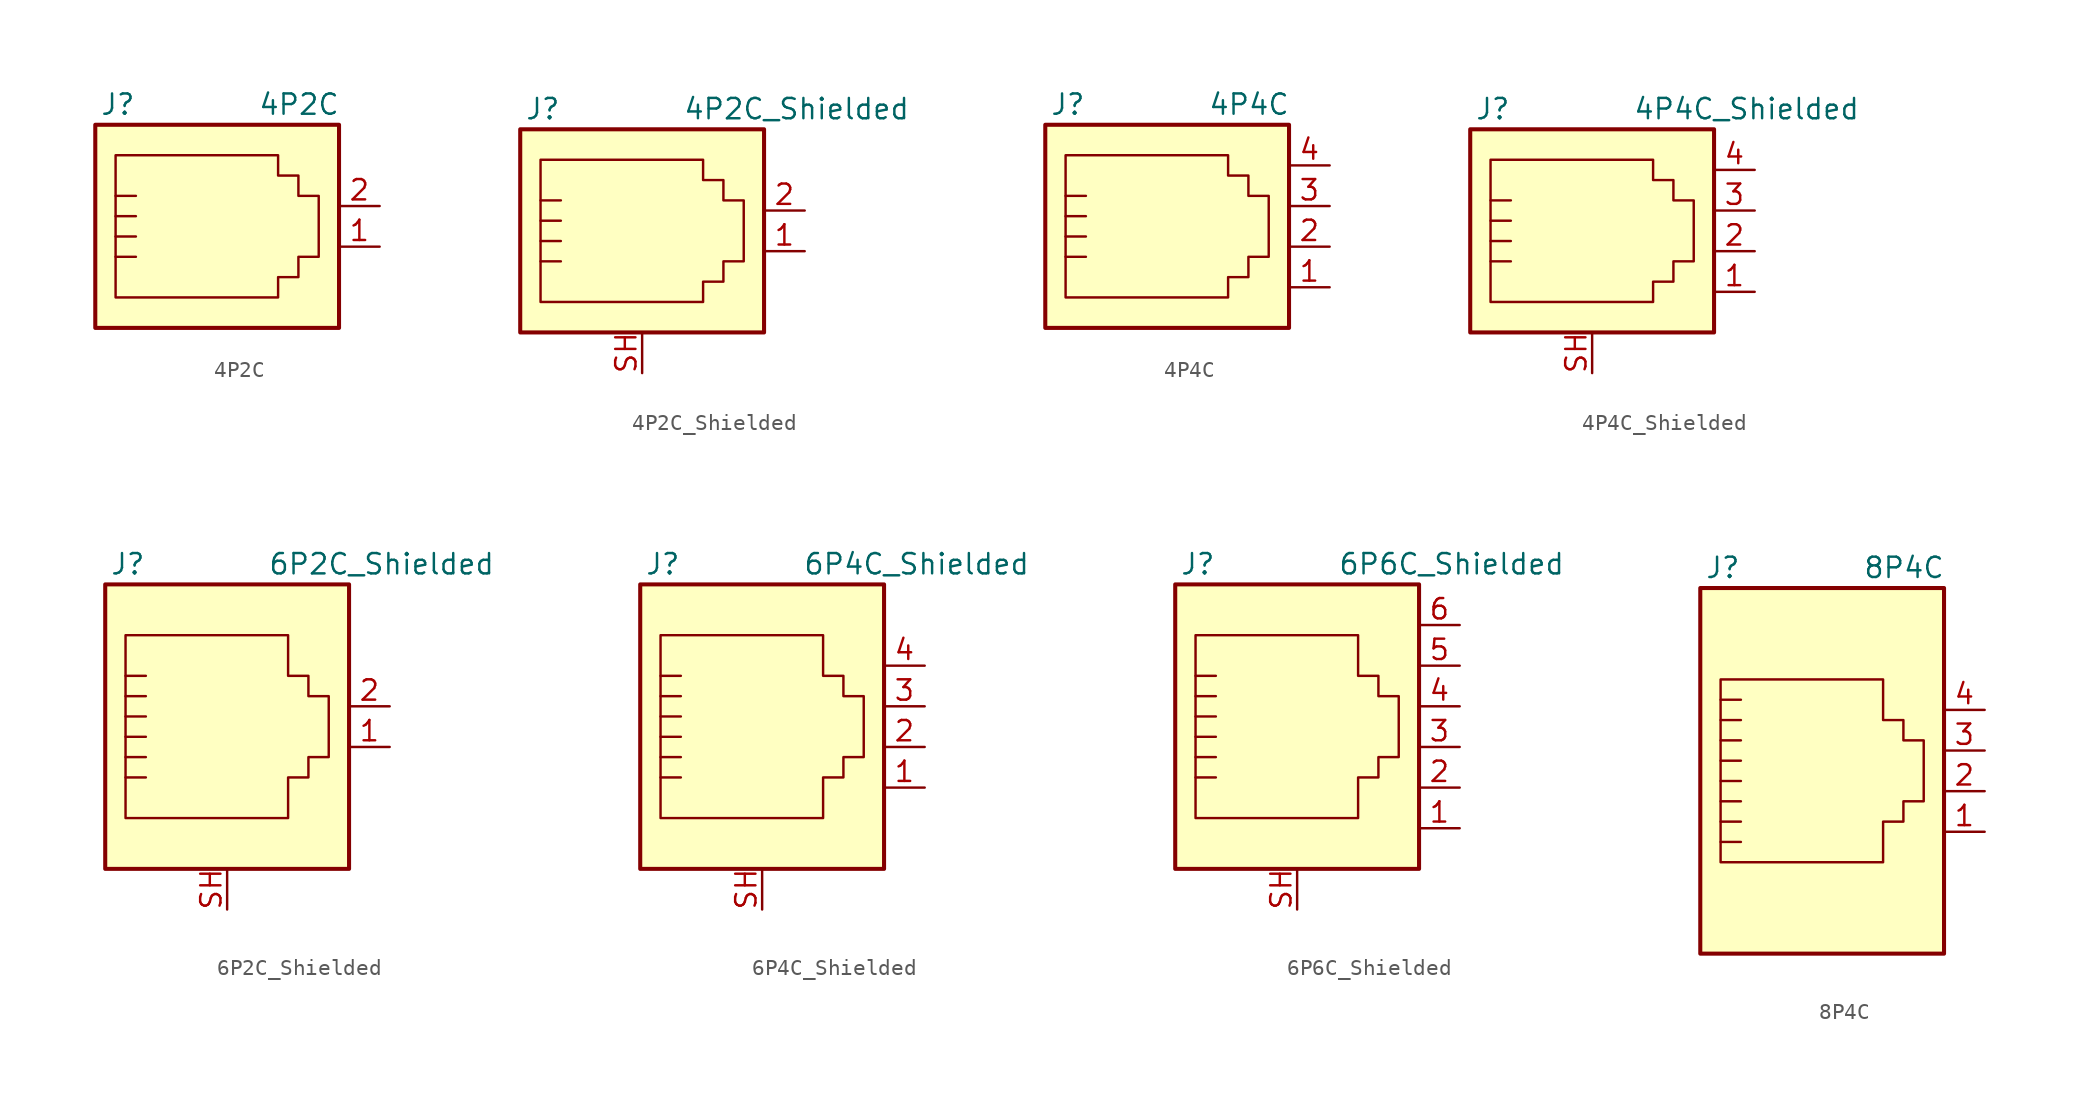
<source format=kicad_sym>
(kicad_symbol_lib
  (version 20220914)
  (generator kicad_symbol_editor)
  (symbol "4P2C"
    (pin_names
      (offset 1.016))
    (property "Reference" "J"
      (at -5.08 8.89 0)
      (effects (font (size 1.27 1.27)) (justify right)))
    (property "Value" "4P2C"
      (at 2.54 8.89 0)
      (effects (font (size 1.27 1.27)) (justify left)))
    (symbol "4P2C_0_1"
      (polyline (pts (xy -6.35 -0.635) (xy -5.08 -0.635) (xy -5.08 -0.635)) (stroke (width 0) (type default)) (fill (type none)))
      (polyline (pts (xy -6.35 0.635) (xy -5.08 0.635) (xy -5.08 0.635)) (stroke (width 0) (type default)) (fill (type none)))
      (polyline (pts (xy -6.35 1.905) (xy -5.08 1.905) (xy -5.08 1.905)) (stroke (width 0) (type default)) (fill (type none)))
      (polyline (pts (xy -6.35 3.175) (xy -5.08 3.175) (xy -5.08 3.175)) (stroke (width 0) (type default)) (fill (type none)))
      (polyline (pts (xy -6.35 -3.175) (xy -6.35 5.715) (xy -1.27 5.715) (xy 3.81 5.715) (xy 3.81 4.445) (xy 5.08 4.445) (xy 5.08 3.175) (xy 6.35 3.175) (xy 6.35 -0.635) (xy 5.08 -0.635) (xy 5.08 -1.905) (xy 3.81 -1.905) (xy 3.81 -3.175) (xy -6.35 -3.175) (xy -6.35 -3.175)) (stroke (width 0) (type default)) (fill (type none)))
      (rectangle (start 7.62 7.62) (end -7.62 -5.08) (stroke (width 0.254) (type default)) (fill (type background))))
    (symbol "4P2C_1_1"
      (pin passive line (at 10.16 0 180) (length 2.54) (name "~" (effects (font (size 1.27 1.27)))) (number "1" (effects (font (size 1.27 1.27)))))
      (pin passive line (at 10.16 2.54 180) (length 2.54) (name "~" (effects (font (size 1.27 1.27)))) (number "2" (effects (font (size 1.27 1.27)))))))
  (symbol "4P2C_Shielded"
    (pin_names
      (offset 1.016))
    (property "Reference" "J"
      (at -5.08 8.89 0)
      (effects (font (size 1.27 1.27)) (justify right)))
    (property "Value" "4P2C_Shielded"
      (at 2.54 8.89 0)
      (effects (font (size 1.27 1.27)) (justify left)))
    (symbol "4P2C_Shielded_0_1"
      (polyline (pts (xy -6.35 -0.635) (xy -5.08 -0.635) (xy -5.08 -0.635)) (stroke (width 0) (type default)) (fill (type none)))
      (polyline (pts (xy -6.35 0.635) (xy -5.08 0.635) (xy -5.08 0.635)) (stroke (width 0) (type default)) (fill (type none)))
      (polyline (pts (xy -6.35 1.905) (xy -5.08 1.905) (xy -5.08 1.905)) (stroke (width 0) (type default)) (fill (type none)))
      (polyline (pts (xy -6.35 3.175) (xy -5.08 3.175) (xy -5.08 3.175)) (stroke (width 0) (type default)) (fill (type none)))
      (polyline (pts (xy -6.35 -3.175) (xy -6.35 5.715) (xy -1.27 5.715) (xy 3.81 5.715) (xy 3.81 4.445) (xy 5.08 4.445) (xy 5.08 3.175) (xy 6.35 3.175) (xy 6.35 -0.635) (xy 5.08 -0.635) (xy 5.08 -1.905) (xy 3.81 -1.905) (xy 3.81 -3.175) (xy -6.35 -3.175) (xy -6.35 -3.175)) (stroke (width 0) (type default)) (fill (type none)))
      (rectangle (start 7.62 7.62) (end -7.62 -5.08) (stroke (width 0.254) (type default)) (fill (type background))))
    (symbol "4P2C_Shielded_1_1"
      (pin passive line (at 10.16 0 180) (length 2.54) (name "~" (effects (font (size 1.27 1.27)))) (number "1" (effects (font (size 1.27 1.27)))))
      (pin passive line (at 10.16 2.54 180) (length 2.54) (name "~" (effects (font (size 1.27 1.27)))) (number "2" (effects (font (size 1.27 1.27)))))
      (pin passive line (at 0 -7.62 90) (length 2.54) (name "~" (effects (font (size 1.27 1.27)))) (number "SH" (effects (font (size 1.27 1.27)))))))
  (symbol "4P4C"
    (pin_names
      (offset 1.016))
    (property "Reference" "J"
      (at -5.08 8.89 0)
      (effects (font (size 1.27 1.27)) (justify right)))
    (property "Value" "4P4C"
      (at 2.54 8.89 0)
      (effects (font (size 1.27 1.27)) (justify left)))
    (symbol "4P4C_0_1"
      (polyline (pts (xy -6.35 -0.635) (xy -5.08 -0.635) (xy -5.08 -0.635)) (stroke (width 0) (type default)) (fill (type none)))
      (polyline (pts (xy -6.35 0.635) (xy -5.08 0.635) (xy -5.08 0.635)) (stroke (width 0) (type default)) (fill (type none)))
      (polyline (pts (xy -6.35 1.905) (xy -5.08 1.905) (xy -5.08 1.905)) (stroke (width 0) (type default)) (fill (type none)))
      (polyline (pts (xy -6.35 3.175) (xy -5.08 3.175) (xy -5.08 3.175)) (stroke (width 0) (type default)) (fill (type none)))
      (polyline (pts (xy -6.35 -3.175) (xy -6.35 5.715) (xy -1.27 5.715) (xy 3.81 5.715) (xy 3.81 4.445) (xy 5.08 4.445) (xy 5.08 3.175) (xy 6.35 3.175) (xy 6.35 -0.635) (xy 5.08 -0.635) (xy 5.08 -1.905) (xy 3.81 -1.905) (xy 3.81 -3.175) (xy -6.35 -3.175) (xy -6.35 -3.175)) (stroke (width 0) (type default)) (fill (type none)))
      (rectangle (start 7.62 7.62) (end -7.62 -5.08) (stroke (width 0.254) (type default)) (fill (type background))))
    (symbol "4P4C_1_1"
      (pin passive line (at 10.16 -2.54 180) (length 2.54) (name "~" (effects (font (size 1.27 1.27)))) (number "1" (effects (font (size 1.27 1.27)))))
      (pin passive line (at 10.16 0 180) (length 2.54) (name "~" (effects (font (size 1.27 1.27)))) (number "2" (effects (font (size 1.27 1.27)))))
      (pin passive line (at 10.16 2.54 180) (length 2.54) (name "~" (effects (font (size 1.27 1.27)))) (number "3" (effects (font (size 1.27 1.27)))))
      (pin passive line (at 10.16 5.08 180) (length 2.54) (name "~" (effects (font (size 1.27 1.27)))) (number "4" (effects (font (size 1.27 1.27)))))))
  (symbol "4P4C_Shielded"
    (pin_names
      (offset 1.016))
    (property "Reference" "J"
      (at -5.08 8.89 0)
      (effects (font (size 1.27 1.27)) (justify right)))
    (property "Value" "4P4C_Shielded"
      (at 2.54 8.89 0)
      (effects (font (size 1.27 1.27)) (justify left)))
    (symbol "4P4C_Shielded_0_1"
      (polyline (pts (xy -6.35 -0.635) (xy -5.08 -0.635) (xy -5.08 -0.635)) (stroke (width 0) (type default)) (fill (type none)))
      (polyline (pts (xy -6.35 0.635) (xy -5.08 0.635) (xy -5.08 0.635)) (stroke (width 0) (type default)) (fill (type none)))
      (polyline (pts (xy -6.35 1.905) (xy -5.08 1.905) (xy -5.08 1.905)) (stroke (width 0) (type default)) (fill (type none)))
      (polyline (pts (xy -6.35 3.175) (xy -5.08 3.175) (xy -5.08 3.175)) (stroke (width 0) (type default)) (fill (type none)))
      (polyline (pts (xy -6.35 -3.175) (xy -6.35 5.715) (xy -1.27 5.715) (xy 3.81 5.715) (xy 3.81 4.445) (xy 5.08 4.445) (xy 5.08 3.175) (xy 6.35 3.175) (xy 6.35 -0.635) (xy 5.08 -0.635) (xy 5.08 -1.905) (xy 3.81 -1.905) (xy 3.81 -3.175) (xy -6.35 -3.175) (xy -6.35 -3.175)) (stroke (width 0) (type default)) (fill (type none)))
      (rectangle (start 7.62 7.62) (end -7.62 -5.08) (stroke (width 0.254) (type default)) (fill (type background))))
    (symbol "4P4C_Shielded_1_1"
      (pin passive line (at 10.16 -2.54 180) (length 2.54) (name "~" (effects (font (size 1.27 1.27)))) (number "1" (effects (font (size 1.27 1.27)))))
      (pin passive line (at 10.16 0 180) (length 2.54) (name "~" (effects (font (size 1.27 1.27)))) (number "2" (effects (font (size 1.27 1.27)))))
      (pin passive line (at 10.16 2.54 180) (length 2.54) (name "~" (effects (font (size 1.27 1.27)))) (number "3" (effects (font (size 1.27 1.27)))))
      (pin passive line (at 10.16 5.08 180) (length 2.54) (name "~" (effects (font (size 1.27 1.27)))) (number "4" (effects (font (size 1.27 1.27)))))
      (pin passive line (at 0 -7.62 90) (length 2.54) (name "~" (effects (font (size 1.27 1.27)))) (number "SH" (effects (font (size 1.27 1.27)))))))
  (symbol "6P2C_Shielded"
    (pin_names
      (offset 1.016))
    (property "Reference" "J"
      (at -5.08 11.43 0)
      (effects (font (size 1.27 1.27)) (justify right)))
    (property "Value" "6P2C_Shielded"
      (at 2.54 11.43 0)
      (effects (font (size 1.27 1.27)) (justify left)))
    (symbol "6P2C_Shielded_0_1"
      (polyline (pts (xy -6.35 -1.905) (xy -5.08 -1.905) (xy -5.08 -1.905)) (stroke (width 0) (type default)) (fill (type none)))
      (polyline (pts (xy -6.35 -0.635) (xy -5.08 -0.635) (xy -5.08 -0.635)) (stroke (width 0) (type default)) (fill (type none)))
      (polyline (pts (xy -6.35 0.635) (xy -5.08 0.635) (xy -5.08 0.635)) (stroke (width 0) (type default)) (fill (type none)))
      (polyline (pts (xy -6.35 1.905) (xy -5.08 1.905) (xy -5.08 1.905)) (stroke (width 0) (type default)) (fill (type none)))
      (polyline (pts (xy -6.35 3.175) (xy -5.08 3.175) (xy -5.08 3.175)) (stroke (width 0) (type default)) (fill (type none)))
      (polyline (pts (xy -5.08 4.445) (xy -6.35 4.445) (xy -6.35 4.445)) (stroke (width 0) (type default)) (fill (type none)))
      (polyline (pts (xy -6.35 -4.445) (xy -6.35 6.985) (xy 3.81 6.985) (xy 3.81 4.445) (xy 5.08 4.445) (xy 5.08 3.175) (xy 6.35 3.175) (xy 6.35 -0.635) (xy 5.08 -0.635) (xy 5.08 -1.905) (xy 3.81 -1.905) (xy 3.81 -4.445) (xy -6.35 -4.445) (xy -6.35 -4.445)) (stroke (width 0) (type default)) (fill (type none)))
      (rectangle (start 7.62 10.16) (end -7.62 -7.62) (stroke (width 0.254) (type default)) (fill (type background))))
    (symbol "6P2C_Shielded_1_1"
      (pin passive line (at 10.16 0 180) (length 2.54) (name "~" (effects (font (size 1.27 1.27)))) (number "1" (effects (font (size 1.27 1.27)))))
      (pin passive line (at 10.16 2.54 180) (length 2.54) (name "~" (effects (font (size 1.27 1.27)))) (number "2" (effects (font (size 1.27 1.27)))))
      (pin passive line (at 0 -10.16 90) (length 2.54) (name "~" (effects (font (size 1.27 1.27)))) (number "SH" (effects (font (size 1.27 1.27)))))))
  (symbol "6P4C_Shielded"
    (pin_names
      (offset 1.016))
    (property "Reference" "J"
      (at -5.08 11.43 0)
      (effects (font (size 1.27 1.27)) (justify right)))
    (property "Value" "6P4C_Shielded"
      (at 2.54 11.43 0)
      (effects (font (size 1.27 1.27)) (justify left)))
    (symbol "6P4C_Shielded_0_1"
      (polyline (pts (xy -6.35 -1.905) (xy -5.08 -1.905) (xy -5.08 -1.905)) (stroke (width 0) (type default)) (fill (type none)))
      (polyline (pts (xy -6.35 -0.635) (xy -5.08 -0.635) (xy -5.08 -0.635)) (stroke (width 0) (type default)) (fill (type none)))
      (polyline (pts (xy -6.35 0.635) (xy -5.08 0.635) (xy -5.08 0.635)) (stroke (width 0) (type default)) (fill (type none)))
      (polyline (pts (xy -6.35 1.905) (xy -5.08 1.905) (xy -5.08 1.905)) (stroke (width 0) (type default)) (fill (type none)))
      (polyline (pts (xy -6.35 3.175) (xy -5.08 3.175) (xy -5.08 3.175)) (stroke (width 0) (type default)) (fill (type none)))
      (polyline (pts (xy -5.08 4.445) (xy -6.35 4.445) (xy -6.35 4.445)) (stroke (width 0) (type default)) (fill (type none)))
      (polyline (pts (xy -6.35 -4.445) (xy -6.35 6.985) (xy 3.81 6.985) (xy 3.81 4.445) (xy 5.08 4.445) (xy 5.08 3.175) (xy 6.35 3.175) (xy 6.35 -0.635) (xy 5.08 -0.635) (xy 5.08 -1.905) (xy 3.81 -1.905) (xy 3.81 -4.445) (xy -6.35 -4.445) (xy -6.35 -4.445)) (stroke (width 0) (type default)) (fill (type none)))
      (rectangle (start 7.62 10.16) (end -7.62 -7.62) (stroke (width 0.254) (type default)) (fill (type background))))
    (symbol "6P4C_Shielded_1_1"
      (pin passive line (at 10.16 -2.54 180) (length 2.54) (name "~" (effects (font (size 1.27 1.27)))) (number "1" (effects (font (size 1.27 1.27)))))
      (pin passive line (at 10.16 0 180) (length 2.54) (name "~" (effects (font (size 1.27 1.27)))) (number "2" (effects (font (size 1.27 1.27)))))
      (pin passive line (at 10.16 2.54 180) (length 2.54) (name "~" (effects (font (size 1.27 1.27)))) (number "3" (effects (font (size 1.27 1.27)))))
      (pin passive line (at 10.16 5.08 180) (length 2.54) (name "~" (effects (font (size 1.27 1.27)))) (number "4" (effects (font (size 1.27 1.27)))))
      (pin passive line (at 0 -10.16 90) (length 2.54) (name "~" (effects (font (size 1.27 1.27)))) (number "SH" (effects (font (size 1.27 1.27)))))))
  (symbol "6P6C_Shielded"
    (pin_names
      (offset 1.016))
    (property "Reference" "J"
      (at -5.08 11.43 0)
      (effects (font (size 1.27 1.27)) (justify right)))
    (property "Value" "6P6C_Shielded"
      (at 2.54 11.43 0)
      (effects (font (size 1.27 1.27)) (justify left)))
    (symbol "6P6C_Shielded_0_1"
      (polyline (pts (xy -6.35 -1.905) (xy -5.08 -1.905) (xy -5.08 -1.905)) (stroke (width 0) (type default)) (fill (type none)))
      (polyline (pts (xy -6.35 -0.635) (xy -5.08 -0.635) (xy -5.08 -0.635)) (stroke (width 0) (type default)) (fill (type none)))
      (polyline (pts (xy -6.35 0.635) (xy -5.08 0.635) (xy -5.08 0.635)) (stroke (width 0) (type default)) (fill (type none)))
      (polyline (pts (xy -6.35 1.905) (xy -5.08 1.905) (xy -5.08 1.905)) (stroke (width 0) (type default)) (fill (type none)))
      (polyline (pts (xy -6.35 3.175) (xy -5.08 3.175) (xy -5.08 3.175)) (stroke (width 0) (type default)) (fill (type none)))
      (polyline (pts (xy -5.08 4.445) (xy -6.35 4.445) (xy -6.35 4.445)) (stroke (width 0) (type default)) (fill (type none)))
      (polyline (pts (xy -6.35 -4.445) (xy -6.35 6.985) (xy 3.81 6.985) (xy 3.81 4.445) (xy 5.08 4.445) (xy 5.08 3.175) (xy 6.35 3.175) (xy 6.35 -0.635) (xy 5.08 -0.635) (xy 5.08 -1.905) (xy 3.81 -1.905) (xy 3.81 -4.445) (xy -6.35 -4.445) (xy -6.35 -4.445)) (stroke (width 0) (type default)) (fill (type none)))
      (rectangle (start 7.62 10.16) (end -7.62 -7.62) (stroke (width 0.254) (type default)) (fill (type background))))
    (symbol "6P6C_Shielded_1_1"
      (pin passive line (at 10.16 -5.08 180) (length 2.54) (name "~" (effects (font (size 1.27 1.27)))) (number "1" (effects (font (size 1.27 1.27)))))
      (pin passive line (at 10.16 -2.54 180) (length 2.54) (name "~" (effects (font (size 1.27 1.27)))) (number "2" (effects (font (size 1.27 1.27)))))
      (pin passive line (at 10.16 0 180) (length 2.54) (name "~" (effects (font (size 1.27 1.27)))) (number "3" (effects (font (size 1.27 1.27)))))
      (pin passive line (at 10.16 2.54 180) (length 2.54) (name "~" (effects (font (size 1.27 1.27)))) (number "4" (effects (font (size 1.27 1.27)))))
      (pin passive line (at 10.16 5.08 180) (length 2.54) (name "~" (effects (font (size 1.27 1.27)))) (number "5" (effects (font (size 1.27 1.27)))))
      (pin passive line (at 10.16 7.62 180) (length 2.54) (name "~" (effects (font (size 1.27 1.27)))) (number "6" (effects (font (size 1.27 1.27)))))
      (pin passive line (at 0 -10.16 90) (length 2.54) (name "~" (effects (font (size 1.27 1.27)))) (number "SH" (effects (font (size 1.27 1.27)))))))
  (symbol "8P4C"
    (pin_names
      (offset 1.016))
    (property "Reference" "J"
      (at -5.08 13.97 0)
      (effects (font (size 1.27 1.27)) (justify right)))
    (property "Value" "8P4C"
      (at 2.54 13.97 0)
      (effects (font (size 1.27 1.27)) (justify left)))
    (symbol "8P4C_0_1"
      (polyline (pts (xy -5.08 4.445) (xy -6.35 4.445)) (stroke (width 0) (type default)) (fill (type none)))
      (polyline (pts (xy -5.08 5.715) (xy -6.35 5.715)) (stroke (width 0) (type default)) (fill (type none)))
      (polyline (pts (xy -6.35 -3.175) (xy -5.08 -3.175) (xy -5.08 -3.175)) (stroke (width 0) (type default)) (fill (type none)))
      (polyline (pts (xy -6.35 -1.905) (xy -5.08 -1.905) (xy -5.08 -1.905)) (stroke (width 0) (type default)) (fill (type none)))
      (polyline (pts (xy -6.35 -0.635) (xy -5.08 -0.635) (xy -5.08 -0.635)) (stroke (width 0) (type default)) (fill (type none)))
      (polyline (pts (xy -6.35 0.635) (xy -5.08 0.635) (xy -5.08 0.635)) (stroke (width 0) (type default)) (fill (type none)))
      (polyline (pts (xy -6.35 1.905) (xy -5.08 1.905) (xy -5.08 1.905)) (stroke (width 0) (type default)) (fill (type none)))
      (polyline (pts (xy -5.08 3.175) (xy -6.35 3.175) (xy -6.35 3.175)) (stroke (width 0) (type default)) (fill (type none)))
      (polyline (pts (xy -6.35 -4.445) (xy -6.35 6.985) (xy 3.81 6.985) (xy 3.81 4.445) (xy 5.08 4.445) (xy 5.08 3.175) (xy 6.35 3.175) (xy 6.35 -0.635) (xy 5.08 -0.635) (xy 5.08 -1.905) (xy 3.81 -1.905) (xy 3.81 -4.445) (xy -6.35 -4.445) (xy -6.35 -4.445)) (stroke (width 0) (type default)) (fill (type none)))
      (rectangle (start 7.62 12.7) (end -7.62 -10.16) (stroke (width 0.254) (type default)) (fill (type background))))
    (symbol "8P4C_1_1"
      (pin passive line (at 10.16 -2.54 180) (length 2.54) (name "~" (effects (font (size 1.27 1.27)))) (number "1" (effects (font (size 1.27 1.27)))))
      (pin passive line (at 10.16 0 180) (length 2.54) (name "~" (effects (font (size 1.27 1.27)))) (number "2" (effects (font (size 1.27 1.27)))))
      (pin passive line (at 10.16 2.54 180) (length 2.54) (name "~" (effects (font (size 1.27 1.27)))) (number "3" (effects (font (size 1.27 1.27)))))
      (pin passive line (at 10.16 5.08 180) (length 2.54) (name "~" (effects (font (size 1.27 1.27)))) (number "4" (effects (font (size 1.27 1.27))))))))
</source>
